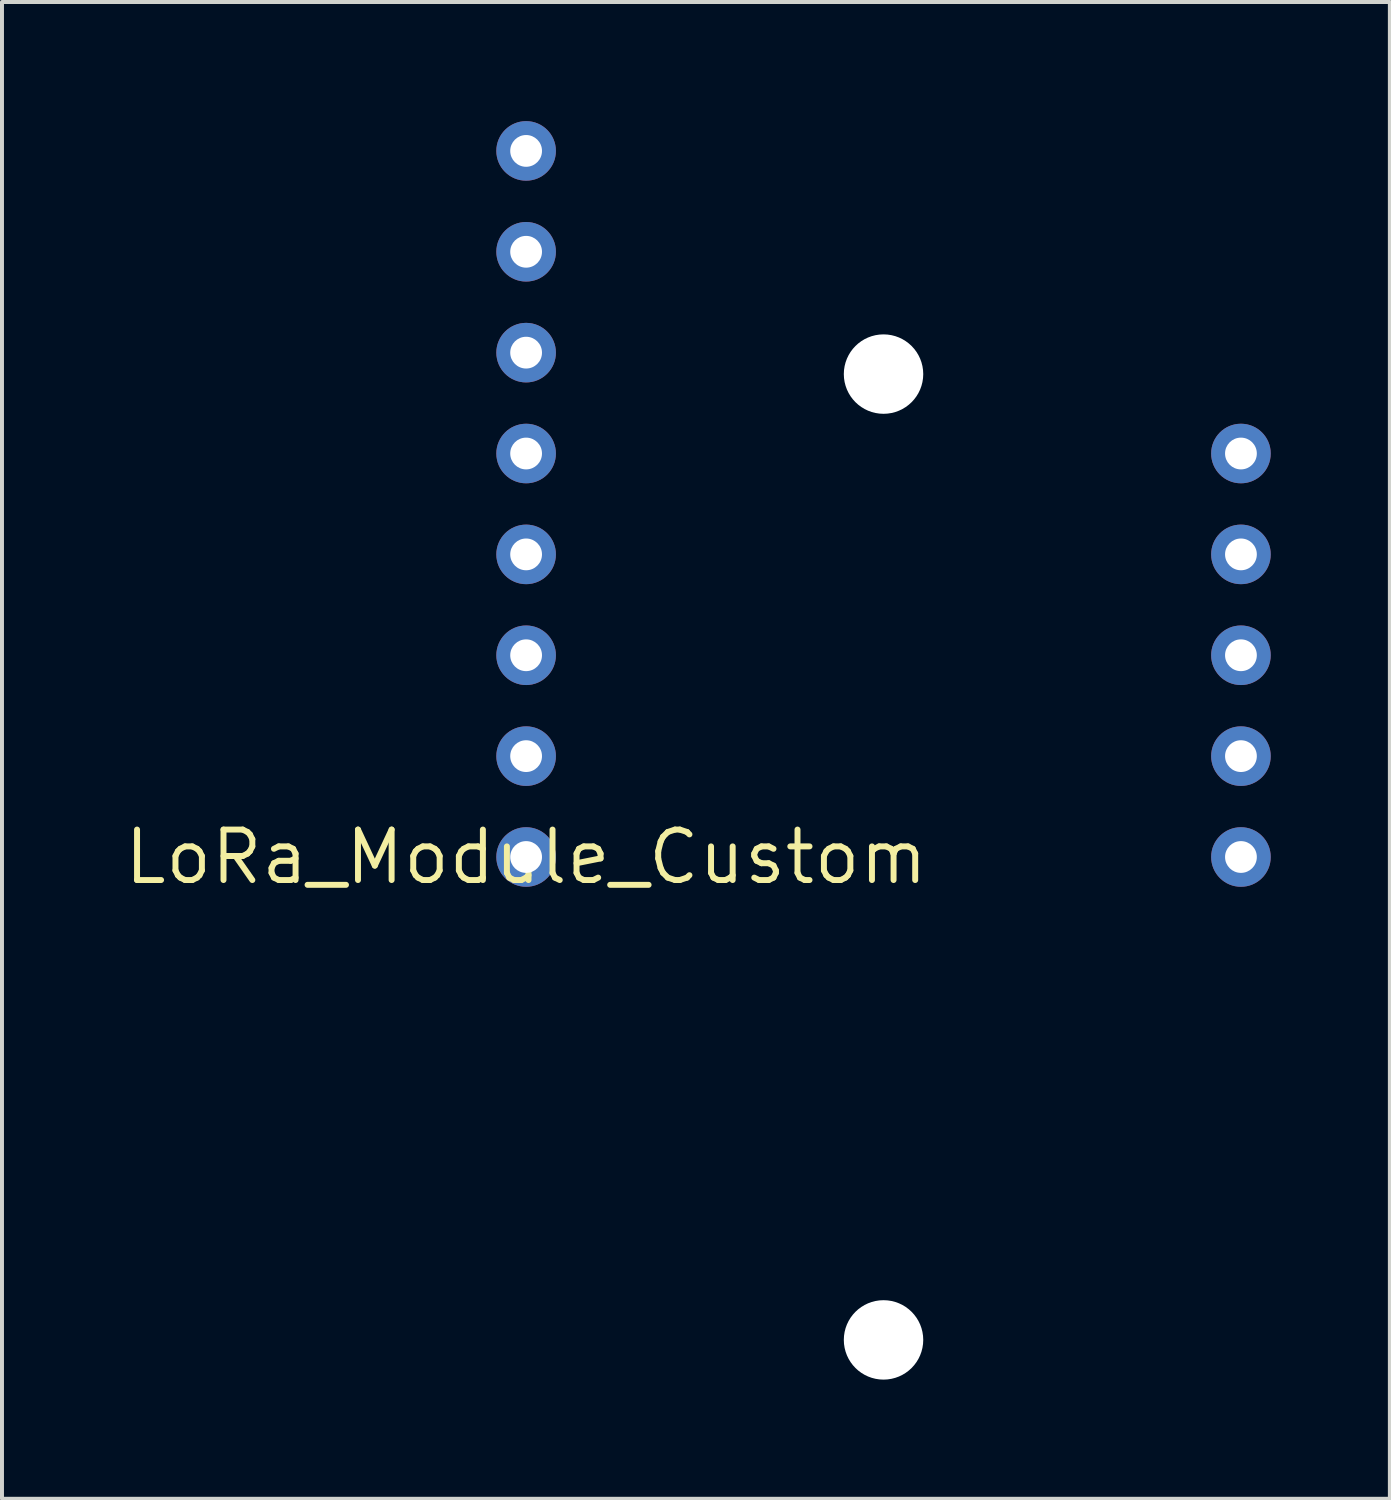
<source format=kicad_pcb>
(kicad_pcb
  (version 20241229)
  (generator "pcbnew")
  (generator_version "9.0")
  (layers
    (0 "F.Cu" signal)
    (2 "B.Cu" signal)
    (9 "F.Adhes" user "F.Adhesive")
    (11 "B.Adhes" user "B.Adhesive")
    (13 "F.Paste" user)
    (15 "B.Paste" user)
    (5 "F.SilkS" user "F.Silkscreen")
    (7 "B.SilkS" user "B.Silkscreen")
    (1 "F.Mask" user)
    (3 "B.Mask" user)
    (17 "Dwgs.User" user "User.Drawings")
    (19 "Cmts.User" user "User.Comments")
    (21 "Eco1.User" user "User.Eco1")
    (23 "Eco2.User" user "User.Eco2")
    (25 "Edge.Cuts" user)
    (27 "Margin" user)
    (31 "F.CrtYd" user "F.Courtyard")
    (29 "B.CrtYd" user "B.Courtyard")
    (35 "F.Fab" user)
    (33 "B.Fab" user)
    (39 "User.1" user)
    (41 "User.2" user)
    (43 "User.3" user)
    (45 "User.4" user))
  (footprint "LoRa_Module_Custom"
    (layer "F.Cu")
    (at 10.198 18.53)
    (property "Reference" "LoRa_Module_Custom" (at 0 0 0) (layer "F.SilkS") (effects (font (size 1.27 1.27) (thickness 0.15))))
    (attr through_hole)
    (pad "" np_thru_hole circle (at 9 -12.16) (size 2 2) (drill 2) (layers "*.Cu" "*.Mask"))
    (pad "" np_thru_hole circle (at 9 12.16) (size 2 2) (drill 2) (layers "*.Cu" "*.Mask"))
    (pad "1" thru_hole oval (at 0 0) (size 1.5 1.5) (drill 0.8) (layers "F.Cu" "F.Mask" "F.Paste"))
    (pad "2" thru_hole oval (at 0 -2.54) (size 1.5 1.5) (drill 0.8) (layers "F.Cu" "F.Mask" "F.Paste"))
    (pad "3" thru_hole oval (at 0 -5.08) (size 1.5 1.5) (drill 0.8) (layers "F.Cu" "F.Mask" "F.Paste"))
    (pad "4" thru_hole oval (at 0 -7.62) (size 1.5 1.5) (drill 0.8) (layers "F.Cu" "F.Mask" "F.Paste"))
    (pad "5" thru_hole oval (at 0 -10.16) (size 1.5 1.5) (drill 0.8) (layers "F.Cu" "F.Mask" "F.Paste"))
    (pad "6" thru_hole oval (at 0 -12.7) (size 1.5 1.5) (drill 0.8) (layers "F.Cu" "F.Mask" "F.Paste"))
    (pad "7" thru_hole oval (at 0 -15.24) (size 1.5 1.5) (drill 0.8) (layers "F.Cu" "F.Mask" "F.Paste"))
    (pad "8" thru_hole oval (at 0 -17.78) (size 1.5 1.5) (drill 0.8) (layers "F.Cu" "F.Mask" "F.Paste"))
    (pad "9" thru_hole oval (at 18 0) (size 1.5 1.5) (drill 0.8) (layers "F.Cu" "F.Mask" "F.Paste"))
    (pad "10" thru_hole oval (at 18 -2.54) (size 1.5 1.5) (drill 0.8) (layers "F.Cu" "F.Mask" "F.Paste"))
    (pad "11" thru_hole oval (at 18 -5.08) (size 1.5 1.5) (drill 0.8) (layers "F.Cu" "F.Mask" "F.Paste"))
    (pad "12" thru_hole oval (at 18 -7.62) (size 1.5 1.5) (drill 0.8) (layers "F.Cu" "F.Mask" "F.Paste"))
    (pad "13" thru_hole oval (at 18 -10.16) (size 1.5 1.5) (drill 0.8) (layers "F.Cu" "F.Mask" "F.Paste")))
  (gr_rect
    (start -3 -3)
    (end 31.948 34.69)
    (stroke (width 0.1) (type default))
    (fill no)
    (layer "Edge.Cuts")))
</source>
